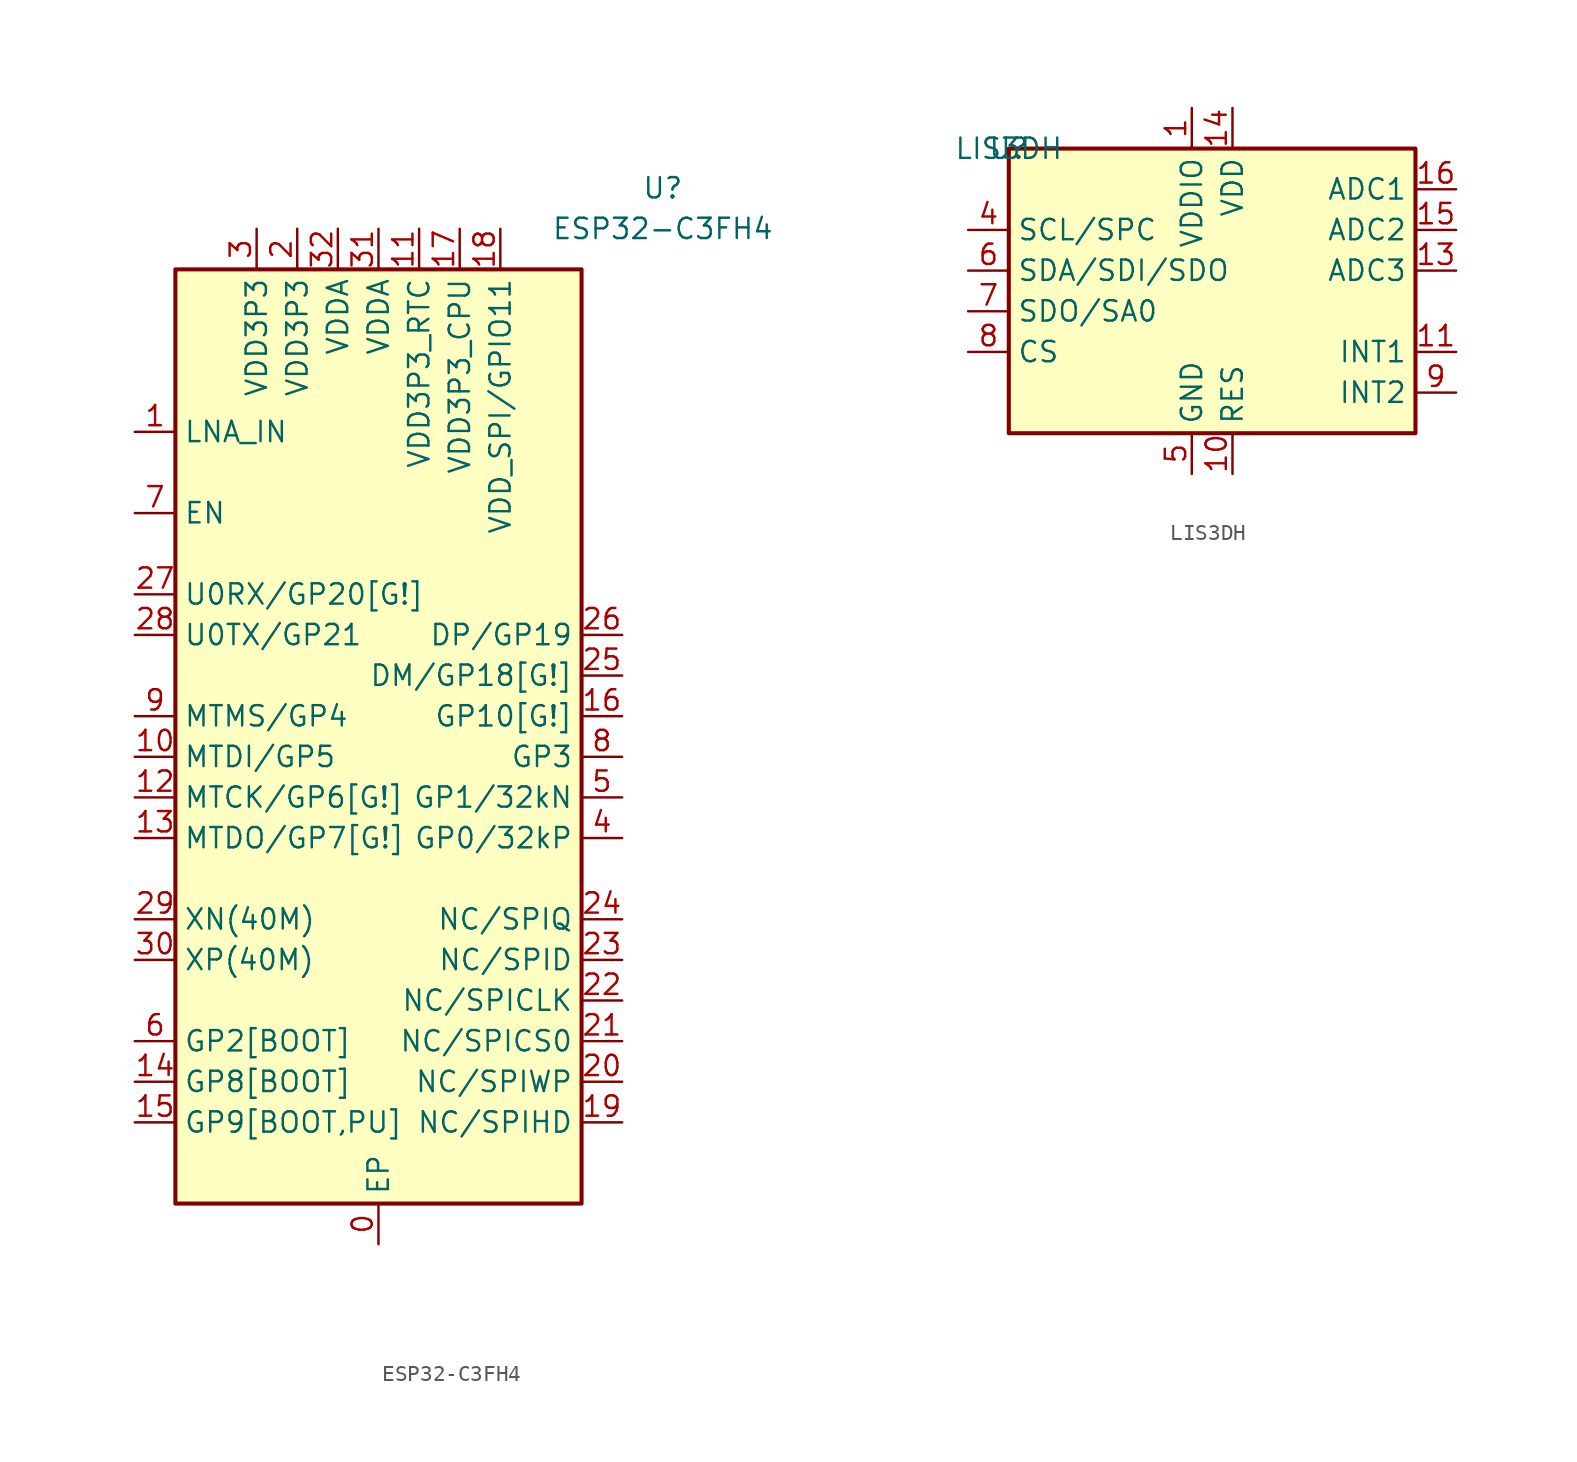
<source format=kicad_sym>
(kicad_symbol_lib
  (version 20220914)
  (generator kicad_symbol_editor)
  (symbol "ESP32-C3FH4"
    (property "Reference" "U"
      (at 30.48 5.08 0)
      (effects (font (size 1.27 1.27))))
    (property "Value" "ESP32-C3FH4"
      (at 30.48 2.54 0)
      (effects (font (size 1.27 1.27))))
    (symbol "ESP32-C3FH4_1_1"
      (rectangle (start 0 0) (end 25.4 -58.42) (stroke (width 0.254) (type default)) (fill (type background)))
      (pin bidirectional line (at 12.7 -60.96 90) (length 2.54) (name "EP" (effects (font (size 1.27 1.27)))) (number "0" (effects (font (size 1.27 1.27)))))
      (pin bidirectional line (at -2.54 -10.16 0) (length 2.54) (name "LNA_IN" (effects (font (size 1.27 1.27)))) (number "1" (effects (font (size 1.27 1.27)))))
      (pin bidirectional line (at -2.54 -30.48 0) (length 2.54) (name "MTDI/GP5" (effects (font (size 1.27 1.27)))) (number "10" (effects (font (size 1.27 1.27)))))
      (pin bidirectional line (at 15.24 2.54 270) (length 2.54) (name "VDD3P3_RTC" (effects (font (size 1.27 1.27)))) (number "11" (effects (font (size 1.27 1.27)))))
      (pin bidirectional line (at -2.54 -33.02 0) (length 2.54) (name "MTCK/GP6[G!]" (effects (font (size 1.27 1.27)))) (number "12" (effects (font (size 1.27 1.27)))))
      (pin bidirectional line (at -2.54 -35.56 0) (length 2.54) (name "MTDO/GP7[G!]" (effects (font (size 1.27 1.27)))) (number "13" (effects (font (size 1.27 1.27)))))
      (pin bidirectional line (at -2.54 -50.8 0) (length 2.54) (name "GP8[BOOT]" (effects (font (size 1.27 1.27)))) (number "14" (effects (font (size 1.27 1.27)))))
      (pin bidirectional line (at -2.54 -53.34 0) (length 2.54) (name "GP9[BOOT,PU]" (effects (font (size 1.27 1.27)))) (number "15" (effects (font (size 1.27 1.27)))))
      (pin bidirectional line (at 27.94 -27.94 180) (length 2.54) (name "GP10[G!]" (effects (font (size 1.27 1.27)))) (number "16" (effects (font (size 1.27 1.27)))))
      (pin bidirectional line (at 17.78 2.54 270) (length 2.54) (name "VDD3P3_CPU" (effects (font (size 1.27 1.27)))) (number "17" (effects (font (size 1.27 1.27)))))
      (pin bidirectional line (at 20.32 2.54 270) (length 2.54) (name "VDD_SPI/GPIO11" (effects (font (size 1.27 1.27)))) (number "18" (effects (font (size 1.27 1.27)))))
      (pin bidirectional line (at 27.94 -53.34 180) (length 2.54) (name "NC/SPIHD" (effects (font (size 1.27 1.27)))) (number "19" (effects (font (size 1.27 1.27)))))
      (pin bidirectional line (at 7.62 2.54 270) (length 2.54) (name "VDD3P3" (effects (font (size 1.27 1.27)))) (number "2" (effects (font (size 1.27 1.27)))))
      (pin bidirectional line (at 27.94 -50.8 180) (length 2.54) (name "NC/SPIWP" (effects (font (size 1.27 1.27)))) (number "20" (effects (font (size 1.27 1.27)))))
      (pin bidirectional line (at 27.94 -48.26 180) (length 2.54) (name "NC/SPICS0" (effects (font (size 1.27 1.27)))) (number "21" (effects (font (size 1.27 1.27)))))
      (pin bidirectional line (at 27.94 -45.72 180) (length 2.54) (name "NC/SPICLK" (effects (font (size 1.27 1.27)))) (number "22" (effects (font (size 1.27 1.27)))))
      (pin bidirectional line (at 27.94 -43.18 180) (length 2.54) (name "NC/SPID" (effects (font (size 1.27 1.27)))) (number "23" (effects (font (size 1.27 1.27)))))
      (pin bidirectional line (at 27.94 -40.64 180) (length 2.54) (name "NC/SPIQ" (effects (font (size 1.27 1.27)))) (number "24" (effects (font (size 1.27 1.27)))))
      (pin bidirectional line (at 27.94 -25.4 180) (length 2.54) (name "DM/GP18[G!]" (effects (font (size 1.27 1.27)))) (number "25" (effects (font (size 1.27 1.27)))))
      (pin bidirectional line (at 27.94 -22.86 180) (length 2.54) (name "DP/GP19" (effects (font (size 1.27 1.27)))) (number "26" (effects (font (size 1.27 1.27)))))
      (pin bidirectional line (at -2.54 -20.32 0) (length 2.54) (name "U0RX/GP20[G!]" (effects (font (size 1.27 1.27)))) (number "27" (effects (font (size 1.27 1.27)))))
      (pin bidirectional line (at -2.54 -22.86 0) (length 2.54) (name "U0TX/GP21" (effects (font (size 1.27 1.27)))) (number "28" (effects (font (size 1.27 1.27)))))
      (pin bidirectional line (at -2.54 -40.64 0) (length 2.54) (name "XN(40M)" (effects (font (size 1.27 1.27)))) (number "29" (effects (font (size 1.27 1.27)))))
      (pin bidirectional line (at 5.08 2.54 270) (length 2.54) (name "VDD3P3" (effects (font (size 1.27 1.27)))) (number "3" (effects (font (size 1.27 1.27)))))
      (pin bidirectional line (at -2.54 -43.18 0) (length 2.54) (name "XP(40M)" (effects (font (size 1.27 1.27)))) (number "30" (effects (font (size 1.27 1.27)))))
      (pin bidirectional line (at 12.7 2.54 270) (length 2.54) (name "VDDA" (effects (font (size 1.27 1.27)))) (number "31" (effects (font (size 1.27 1.27)))))
      (pin bidirectional line (at 10.16 2.54 270) (length 2.54) (name "VDDA" (effects (font (size 1.27 1.27)))) (number "32" (effects (font (size 1.27 1.27)))))
      (pin bidirectional line (at 27.94 -35.56 180) (length 2.54) (name "GP0/32kP" (effects (font (size 1.27 1.27)))) (number "4" (effects (font (size 1.27 1.27)))))
      (pin bidirectional line (at 27.94 -33.02 180) (length 2.54) (name "GP1/32kN" (effects (font (size 1.27 1.27)))) (number "5" (effects (font (size 1.27 1.27)))))
      (pin bidirectional line (at -2.54 -48.26 0) (length 2.54) (name "GP2[BOOT]" (effects (font (size 1.27 1.27)))) (number "6" (effects (font (size 1.27 1.27)))))
      (pin bidirectional line (at -2.54 -15.24 0) (length 2.54) (name "EN" (effects (font (size 1.27 1.27)))) (number "7" (effects (font (size 1.27 1.27)))))
      (pin bidirectional line (at 27.94 -30.48 180) (length 2.54) (name "GP3" (effects (font (size 1.27 1.27)))) (number "8" (effects (font (size 1.27 1.27)))))
      (pin bidirectional line (at -2.54 -27.94 0) (length 2.54) (name "MTMS/GP4" (effects (font (size 1.27 1.27)))) (number "9" (effects (font (size 1.27 1.27)))))))
  (symbol "LIS3DH"
    (property "Reference" "U"
      (at 0 0 0)
      (effects (font (size 1.27 1.27))))
    (property "Value" "LIS3DH"
      (at 0 0 0)
      (effects (font (size 1.27 1.27))))
    (symbol "LIS3DH_0_1"
      (rectangle (start 0 0) (end 25.4 -17.78) (stroke (width 0.254) (type default)) (fill (type background))))
    (symbol "LIS3DH_1_1"
      (pin input line (at 11.43 2.54 270) (length 2.54) (name "VDDIO" (effects (font (size 1.27 1.27)))) (number "1" (effects (font (size 1.27 1.27)))))
      (pin input line (at 13.97 -20.32 90) (length 2.54) (name "RES" (effects (font (size 1.27 1.27)))) (number "10" (effects (font (size 1.27 1.27)))))
      (pin input line (at 27.94 -12.7 180) (length 2.54) (name "INT1" (effects (font (size 1.27 1.27)))) (number "11" (effects (font (size 1.27 1.27)))))
      (pin input line (at 11.43 -20.32 90) (length 2.54) hide (name "GND" (effects (font (size 1.27 1.27)))) (number "12" (effects (font (size 1.27 1.27)))))
      (pin input line (at 27.94 -7.62 180) (length 2.54) (name "ADC3" (effects (font (size 1.27 1.27)))) (number "13" (effects (font (size 1.27 1.27)))))
      (pin input line (at 13.97 2.54 270) (length 2.54) (name "VDD" (effects (font (size 1.27 1.27)))) (number "14" (effects (font (size 1.27 1.27)))))
      (pin input line (at 27.94 -5.08 180) (length 2.54) (name "ADC2" (effects (font (size 1.27 1.27)))) (number "15" (effects (font (size 1.27 1.27)))))
      (pin input line (at 27.94 -2.54 180) (length 2.54) (name "ADC1" (effects (font (size 1.27 1.27)))) (number "16" (effects (font (size 1.27 1.27)))))
      (pin input line (at 5.08 -17.78 90) (length 2.54) hide (name "NC" (effects (font (size 1.27 1.27)))) (number "2" (effects (font (size 1.27 1.27)))))
      (pin input line (at 7.62 -17.78 90) (length 2.54) hide (name "NC" (effects (font (size 1.27 1.27)))) (number "3" (effects (font (size 1.27 1.27)))))
      (pin input line (at -2.54 -5.08 0) (length 2.54) (name "SCL/SPC" (effects (font (size 1.27 1.27)))) (number "4" (effects (font (size 1.27 1.27)))))
      (pin input line (at 11.43 -20.32 90) (length 2.54) (name "GND" (effects (font (size 1.27 1.27)))) (number "5" (effects (font (size 1.27 1.27)))))
      (pin input line (at -2.54 -7.62 0) (length 2.54) (name "SDA/SDI/SDO" (effects (font (size 1.27 1.27)))) (number "6" (effects (font (size 1.27 1.27)))))
      (pin input line (at -2.54 -10.16 0) (length 2.54) (name "SDO/SA0" (effects (font (size 1.27 1.27)))) (number "7" (effects (font (size 1.27 1.27)))))
      (pin input line (at -2.54 -12.7 0) (length 2.54) (name "CS" (effects (font (size 1.27 1.27)))) (number "8" (effects (font (size 1.27 1.27)))))
      (pin input line (at 27.94 -15.24 180) (length 2.54) (name "INT2" (effects (font (size 1.27 1.27)))) (number "9" (effects (font (size 1.27 1.27))))))))
</source>
